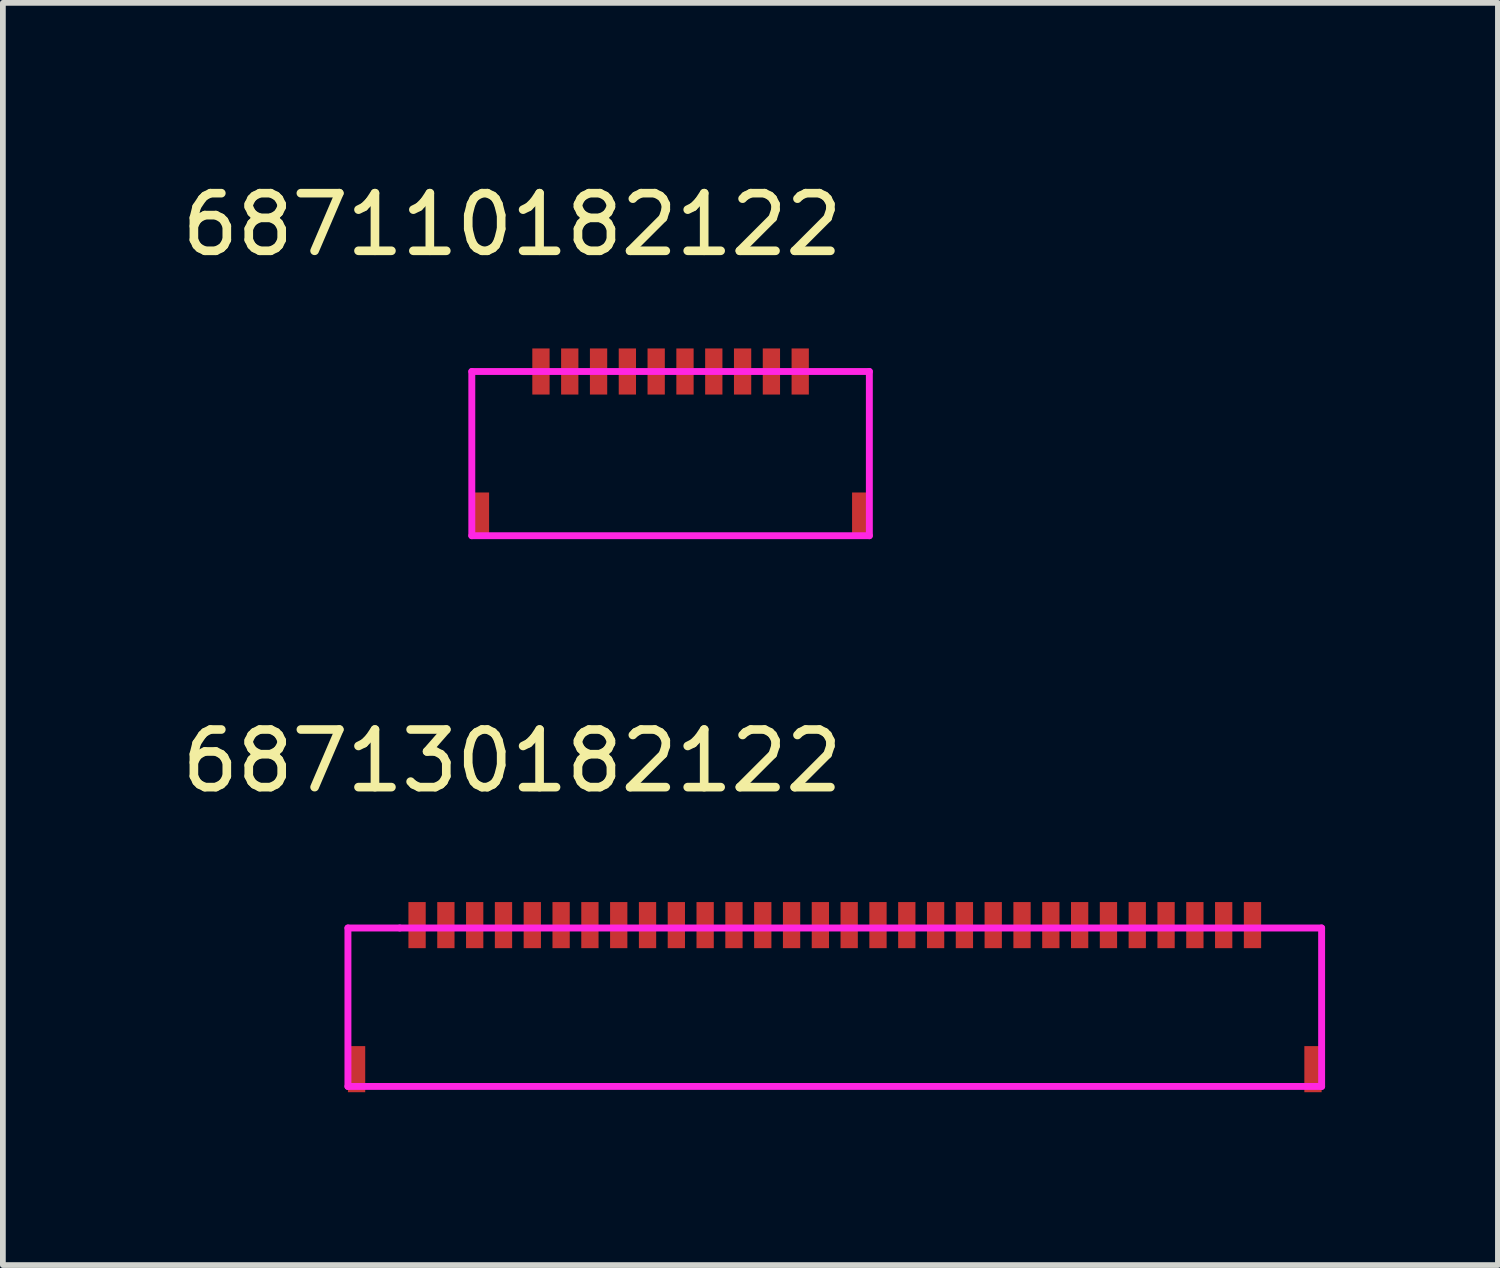
<source format=kicad_pcb>
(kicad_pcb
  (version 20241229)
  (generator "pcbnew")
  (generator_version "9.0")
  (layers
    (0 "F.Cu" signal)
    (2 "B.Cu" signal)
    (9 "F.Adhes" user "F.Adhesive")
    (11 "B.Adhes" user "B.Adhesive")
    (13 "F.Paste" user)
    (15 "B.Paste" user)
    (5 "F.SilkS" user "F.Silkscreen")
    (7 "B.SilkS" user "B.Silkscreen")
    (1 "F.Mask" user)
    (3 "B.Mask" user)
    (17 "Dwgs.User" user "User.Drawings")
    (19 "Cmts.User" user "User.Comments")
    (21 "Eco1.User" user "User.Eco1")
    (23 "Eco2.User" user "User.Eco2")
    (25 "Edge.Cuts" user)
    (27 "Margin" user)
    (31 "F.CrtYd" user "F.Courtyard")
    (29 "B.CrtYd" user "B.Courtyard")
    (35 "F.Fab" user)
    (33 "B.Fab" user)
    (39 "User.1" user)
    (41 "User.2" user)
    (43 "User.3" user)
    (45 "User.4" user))
  (footprint "687110182122"
    (layer "F.Cu")
    (at 8.689 4.898)
    (property "Reference" "687110182122" (at -2.85 -4.05 0) (layer "F.SilkS") (effects (font (size 1 1) (thickness 0.15))))
    (attr through_hole)
    (fp_line (start -3.55 -1.5) (end 3.35 -1.5) (stroke (width 0.12) (type solid)) (layer "F.CrtYd"))
    (fp_line (start -3.55 1.35) (end -3.55 -1.5) (stroke (width 0.12) (type solid)) (layer "F.CrtYd"))
    (fp_line (start 3.35 -1.5) (end 3.35 1.35) (stroke (width 0.12) (type solid)) (layer "F.CrtYd"))
    (fp_line (start 3.35 1.35) (end -3.55 1.35) (stroke (width 0.12) (type solid)) (layer "F.CrtYd"))
    (pad "1" smd rect (at -2.35 -1.5) (size 0.3 0.8) (layers "F.Cu" "F.Mask" "F.Paste"))
    (pad "2" smd rect (at -1.85 -1.5) (size 0.3 0.8) (layers "F.Cu" "F.Mask" "F.Paste"))
    (pad "3" smd rect (at -1.35 -1.5) (size 0.3 0.8) (layers "F.Cu" "F.Mask" "F.Paste"))
    (pad "4" smd rect (at -0.85 -1.5) (size 0.3 0.8) (layers "F.Cu" "F.Mask" "F.Paste"))
    (pad "5" smd rect (at -0.35 -1.5) (size 0.3 0.8) (layers "F.Cu" "F.Mask" "F.Paste"))
    (pad "6" smd rect (at 0.15 -1.5) (size 0.3 0.8) (layers "F.Cu" "F.Mask" "F.Paste"))
    (pad "7" smd rect (at 0.65 -1.5) (size 0.3 0.8) (layers "F.Cu" "F.Mask" "F.Paste"))
    (pad "8" smd rect (at 1.15 -1.5) (size 0.3 0.8) (layers "F.Cu" "F.Mask" "F.Paste"))
    (pad "9" smd rect (at 1.65 -1.5) (size 0.3 0.8) (layers "F.Cu" "F.Mask" "F.Paste"))
    (pad "10" smd rect (at 2.15 -1.5) (size 0.3 0.8) (layers "F.Cu" "F.Mask" "F.Paste"))
    (pad "GND" smd rect (at -3.4 1) (size 0.3 0.8) (layers "F.Cu" "F.Mask" "F.Paste"))
    (pad "GND" smd rect (at 3.2 1) (size 0.3 0.8) (layers "F.Cu" "F.Mask" "F.Paste")))
  (footprint "687130182122"
    (layer "F.Cu")
    (at 9.189 11.007)
    (property "Reference" "687130182122" (at -3.35 -0.85 0) (layer "F.SilkS") (effects (font (size 1 1) (thickness 0.15))))
    (attr through_hole)
    (fp_line (start -6.2 2.05) (end -5.3 2.05) (stroke (width 0.12) (type solid)) (layer "F.CrtYd"))
    (fp_line (start -6.2 4.8) (end -6.2 2.05) (stroke (width 0.12) (type solid)) (layer "F.CrtYd"))
    (fp_line (start -5.3 2.05) (end 10.7 2.05) (stroke (width 0.12) (type solid)) (layer "F.CrtYd"))
    (fp_line (start 10.7 2.05) (end 10.7 4.8) (stroke (width 0.12) (type solid)) (layer "F.CrtYd"))
    (fp_line (start 10.7 4.8) (end -6.2 4.8) (stroke (width 0.12) (type solid)) (layer "F.CrtYd"))
    (pad "1" smd rect (at -5 2) (size 0.3 0.8) (layers "F.Cu" "F.Mask" "F.Paste"))
    (pad "2" smd rect (at -4.5 2) (size 0.3 0.8) (layers "F.Cu" "F.Mask" "F.Paste"))
    (pad "3" smd rect (at -4 2) (size 0.3 0.8) (layers "F.Cu" "F.Mask" "F.Paste"))
    (pad "4" smd rect (at -3.5 2) (size 0.3 0.8) (layers "F.Cu" "F.Mask" "F.Paste"))
    (pad "5" smd rect (at -3 2) (size 0.3 0.8) (layers "F.Cu" "F.Mask" "F.Paste"))
    (pad "6" smd rect (at -2.5 2) (size 0.3 0.8) (layers "F.Cu" "F.Mask" "F.Paste"))
    (pad "7" smd rect (at -2 2) (size 0.3 0.8) (layers "F.Cu" "F.Mask" "F.Paste"))
    (pad "8" smd rect (at -1.5 2) (size 0.3 0.8) (layers "F.Cu" "F.Mask" "F.Paste"))
    (pad "9" smd rect (at -1 2) (size 0.3 0.8) (layers "F.Cu" "F.Mask" "F.Paste"))
    (pad "10" smd rect (at -0.5 2) (size 0.3 0.8) (layers "F.Cu" "F.Mask" "F.Paste"))
    (pad "11" smd rect (at 0 2) (size 0.3 0.8) (layers "F.Cu" "F.Mask" "F.Paste"))
    (pad "12" smd rect (at 0.5 2) (size 0.3 0.8) (layers "F.Cu" "F.Mask" "F.Paste"))
    (pad "13" smd rect (at 1 2) (size 0.3 0.8) (layers "F.Cu" "F.Mask" "F.Paste"))
    (pad "14" smd rect (at 1.5 2) (size 0.3 0.8) (layers "F.Cu" "F.Mask" "F.Paste"))
    (pad "15" smd rect (at 2 2) (size 0.3 0.8) (layers "F.Cu" "F.Mask" "F.Paste"))
    (pad "16" smd rect (at 2.5 2) (size 0.3 0.8) (layers "F.Cu" "F.Mask" "F.Paste"))
    (pad "17" smd rect (at 3 2) (size 0.3 0.8) (layers "F.Cu" "F.Mask" "F.Paste"))
    (pad "18" smd rect (at 3.5 2) (size 0.3 0.8) (layers "F.Cu" "F.Mask" "F.Paste"))
    (pad "19" smd rect (at 4 2) (size 0.3 0.8) (layers "F.Cu" "F.Mask" "F.Paste"))
    (pad "20" smd rect (at 4.5 2) (size 0.3 0.8) (layers "F.Cu" "F.Mask" "F.Paste"))
    (pad "21" smd rect (at 5 2) (size 0.3 0.8) (layers "F.Cu" "F.Mask" "F.Paste"))
    (pad "22" smd rect (at 5.5 2) (size 0.3 0.8) (layers "F.Cu" "F.Mask" "F.Paste"))
    (pad "23" smd rect (at 6 2) (size 0.3 0.8) (layers "F.Cu" "F.Mask" "F.Paste"))
    (pad "24" smd rect (at 6.5 2) (size 0.3 0.8) (layers "F.Cu" "F.Mask" "F.Paste"))
    (pad "25" smd rect (at 7 2) (size 0.3 0.8) (layers "F.Cu" "F.Mask" "F.Paste"))
    (pad "26" smd rect (at 7.5 2) (size 0.3 0.8) (layers "F.Cu" "F.Mask" "F.Paste"))
    (pad "27" smd rect (at 8 2) (size 0.3 0.8) (layers "F.Cu" "F.Mask" "F.Paste"))
    (pad "28" smd rect (at 8.5 2) (size 0.3 0.8) (layers "F.Cu" "F.Mask" "F.Paste"))
    (pad "29" smd rect (at 9 2) (size 0.3 0.8) (layers "F.Cu" "F.Mask" "F.Paste"))
    (pad "30" smd rect (at 9.5 2) (size 0.3 0.8) (layers "F.Cu" "F.Mask" "F.Paste"))
    (pad "GND" smd rect (at -6.05 4.5) (size 0.3 0.8) (layers "F.Cu" "F.Mask" "F.Paste"))
    (pad "GND" smd rect (at 10.55 4.5) (size 0.3 0.8) (layers "F.Cu" "F.Mask" "F.Paste")))
  (gr_rect
    (start -3 -3)
    (end 22.949 18.907)
    (stroke (width 0.1) (type default))
    (fill no)
    (layer "Edge.Cuts")))
</source>
